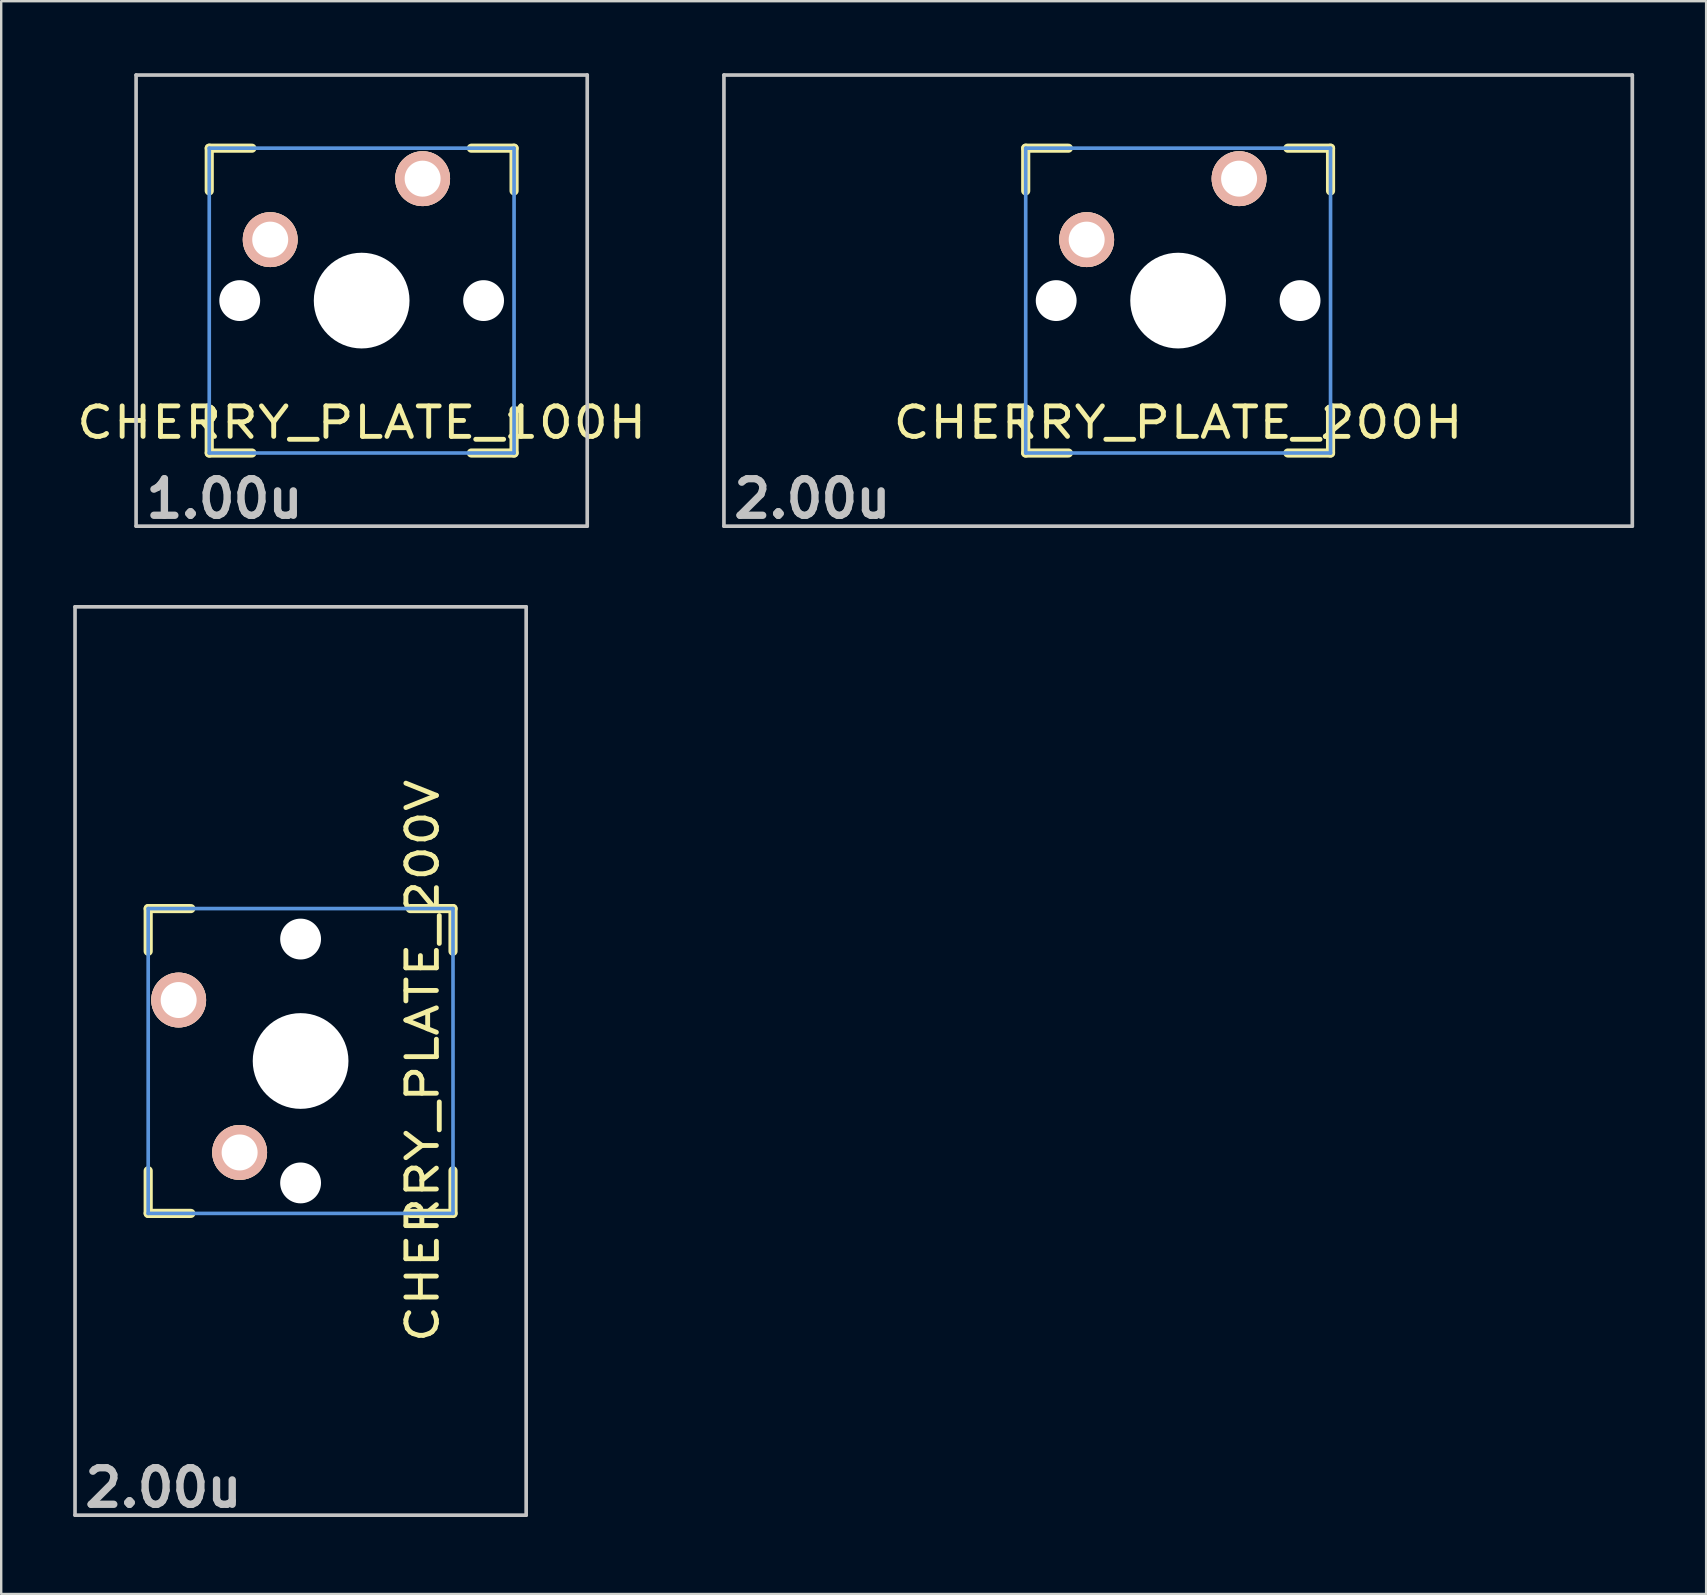
<source format=kicad_pcb>
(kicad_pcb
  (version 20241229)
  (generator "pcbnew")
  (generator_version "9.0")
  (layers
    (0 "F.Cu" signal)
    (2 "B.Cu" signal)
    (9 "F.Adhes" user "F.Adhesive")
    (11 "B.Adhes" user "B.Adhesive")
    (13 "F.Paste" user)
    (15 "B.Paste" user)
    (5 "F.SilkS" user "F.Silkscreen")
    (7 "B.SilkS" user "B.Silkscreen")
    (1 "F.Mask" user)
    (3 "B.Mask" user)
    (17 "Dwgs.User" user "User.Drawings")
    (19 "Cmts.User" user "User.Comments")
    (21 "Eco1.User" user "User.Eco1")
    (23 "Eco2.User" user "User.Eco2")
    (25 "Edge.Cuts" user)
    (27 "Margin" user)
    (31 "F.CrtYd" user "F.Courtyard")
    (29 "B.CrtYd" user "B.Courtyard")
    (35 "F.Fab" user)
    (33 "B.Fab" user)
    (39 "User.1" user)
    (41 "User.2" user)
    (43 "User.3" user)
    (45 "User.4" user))
  (footprint "CHERRY_PLATE_200H"
    (layer "F.Cu")
    (at 46.035 9.474)
    (property "Reference" "CHERRY_PLATE_200H" (at 0 5.08 0) (layer "F.SilkS") (effects (font (size 1.27 1.524) (thickness 0.203))))
    (attr through_hole)
    (fp_line (start -6.35 -6.35) (end -4.572 -6.35) (stroke (width 0.381) (type solid)) (layer "F.SilkS"))
    (fp_line (start -6.35 -4.572) (end -6.35 -6.35) (stroke (width 0.381) (type solid)) (layer "F.SilkS"))
    (fp_line (start -6.35 6.35) (end -6.35 4.572) (stroke (width 0.381) (type solid)) (layer "F.SilkS"))
    (fp_line (start -4.572 6.35) (end -6.35 6.35) (stroke (width 0.381) (type solid)) (layer "F.SilkS"))
    (fp_line (start 4.572 -6.35) (end 6.35 -6.35) (stroke (width 0.381) (type solid)) (layer "F.SilkS"))
    (fp_line (start 6.35 -6.35) (end 6.35 -4.572) (stroke (width 0.381) (type solid)) (layer "F.SilkS"))
    (fp_line (start 6.35 4.572) (end 6.35 6.35) (stroke (width 0.381) (type solid)) (layer "F.SilkS"))
    (fp_line (start 6.35 6.35) (end 4.572 6.35) (stroke (width 0.381) (type solid)) (layer "F.SilkS"))
    (fp_line (start -18.923 -9.398) (end 18.923 -9.398) (stroke (width 0.152) (type solid)) (layer "Dwgs.User"))
    (fp_line (start -18.923 9.398) (end -18.923 -9.398) (stroke (width 0.152) (type solid)) (layer "Dwgs.User"))
    (fp_line (start 18.923 -9.398) (end 18.923 9.398) (stroke (width 0.152) (type solid)) (layer "Dwgs.User"))
    (fp_line (start 18.923 9.398) (end -18.923 9.398) (stroke (width 0.152) (type solid)) (layer "Dwgs.User"))
    (fp_line (start -6.35 -6.35) (end 6.35 -6.35) (stroke (width 0.152) (type solid)) (layer "Cmts.User"))
    (fp_line (start -6.35 6.35) (end -6.35 -6.35) (stroke (width 0.152) (type solid)) (layer "Cmts.User"))
    (fp_line (start 6.35 -6.35) (end 6.35 6.35) (stroke (width 0.152) (type solid)) (layer "Cmts.User"))
    (fp_line (start 6.35 6.35) (end -6.35 6.35) (stroke (width 0.152) (type solid)) (layer "Cmts.User"))
    (fp_text user "2.00u" (at -15.24 8.255 0) (layer "Dwgs.User") (effects (font (size 1.524 1.524) (thickness 0.305))))
    (pad "" np_thru_hole circle (at -5.08 0) (size 1.702 1.702) (drill 1.702) (layers "*.Cu"))
    (pad "" np_thru_hole circle (at 0 0) (size 3.988 3.988) (drill 3.988) (layers "*.Cu"))
    (pad "" np_thru_hole circle (at 5.08 0) (size 1.702 1.702) (drill 1.702) (layers "*.Cu"))
    (pad "1" thru_hole circle (at 2.54 -5.08) (size 2.286 2.286) (drill 1.499) (layers "*.Cu" "*.SilkS" "*.Mask"))
    (pad "2" thru_hole circle (at -3.81 -2.54) (size 2.286 2.286) (drill 1.499) (layers "*.Cu" "*.SilkS" "*.Mask")))
  (footprint "CHERRY_PLATE_200V"
    (layer "F.Cu")
    (at 9.474 41.155)
    (property "Reference" "CHERRY_PLATE_200V" (at 5.08 0 90) (layer "F.SilkS") (effects (font (size 1.27 1.524) (thickness 0.203))))
    (attr through_hole)
    (fp_line (start -6.35 -6.35) (end -4.572 -6.35) (stroke (width 0.381) (type solid)) (layer "F.SilkS"))
    (fp_line (start -6.35 -4.572) (end -6.35 -6.35) (stroke (width 0.381) (type solid)) (layer "F.SilkS"))
    (fp_line (start -6.35 6.35) (end -6.35 4.572) (stroke (width 0.381) (type solid)) (layer "F.SilkS"))
    (fp_line (start -4.572 6.35) (end -6.35 6.35) (stroke (width 0.381) (type solid)) (layer "F.SilkS"))
    (fp_line (start 4.572 -6.35) (end 6.35 -6.35) (stroke (width 0.381) (type solid)) (layer "F.SilkS"))
    (fp_line (start 6.35 -6.35) (end 6.35 -4.572) (stroke (width 0.381) (type solid)) (layer "F.SilkS"))
    (fp_line (start 6.35 4.572) (end 6.35 6.35) (stroke (width 0.381) (type solid)) (layer "F.SilkS"))
    (fp_line (start 6.35 6.35) (end 4.572 6.35) (stroke (width 0.381) (type solid)) (layer "F.SilkS"))
    (fp_line (start -9.398 -18.923) (end 9.398 -18.923) (stroke (width 0.152) (type solid)) (layer "Dwgs.User"))
    (fp_line (start -9.398 18.923) (end -9.398 -18.923) (stroke (width 0.152) (type solid)) (layer "Dwgs.User"))
    (fp_line (start 9.398 -18.923) (end 9.398 18.923) (stroke (width 0.152) (type solid)) (layer "Dwgs.User"))
    (fp_line (start 9.398 18.923) (end -9.398 18.923) (stroke (width 0.152) (type solid)) (layer "Dwgs.User"))
    (fp_line (start -6.35 -6.35) (end 6.35 -6.35) (stroke (width 0.152) (type solid)) (layer "Cmts.User"))
    (fp_line (start -6.35 6.35) (end -6.35 -6.35) (stroke (width 0.152) (type solid)) (layer "Cmts.User"))
    (fp_line (start 6.35 -6.35) (end 6.35 6.35) (stroke (width 0.152) (type solid)) (layer "Cmts.User"))
    (fp_line (start 6.35 6.35) (end -6.35 6.35) (stroke (width 0.152) (type solid)) (layer "Cmts.User"))
    (fp_text user "2.00u" (at -5.715 17.78 0) (layer "Dwgs.User") (effects (font (size 1.524 1.524) (thickness 0.305))))
    (pad "" np_thru_hole circle (at 0 -5.08 90) (size 1.702 1.702) (drill 1.702) (layers "*.Cu"))
    (pad "" np_thru_hole circle (at 0 0 90) (size 3.988 3.988) (drill 3.988) (layers "*.Cu"))
    (pad "" np_thru_hole circle (at 0 5.08 90) (size 1.702 1.702) (drill 1.702) (layers "*.Cu"))
    (pad "1" thru_hole circle (at -5.08 -2.54 90) (size 2.286 2.286) (drill 1.499) (layers "*.Cu" "*.SilkS" "*.Mask"))
    (pad "2" thru_hole circle (at -2.54 3.81 90) (size 2.286 2.286) (drill 1.499) (layers "*.Cu" "*.SilkS" "*.Mask")))
  (footprint "CHERRY_PLATE_100H"
    (layer "F.Cu")
    (at 12.018 9.474)
    (property "Reference" "CHERRY_PLATE_100H" (at 0 5.08 0) (layer "F.SilkS") (effects (font (size 1.27 1.524) (thickness 0.203))))
    (attr through_hole)
    (fp_line (start -6.35 -6.35) (end -4.572 -6.35) (stroke (width 0.381) (type solid)) (layer "F.SilkS"))
    (fp_line (start -6.35 -4.572) (end -6.35 -6.35) (stroke (width 0.381) (type solid)) (layer "F.SilkS"))
    (fp_line (start -6.35 6.35) (end -6.35 4.572) (stroke (width 0.381) (type solid)) (layer "F.SilkS"))
    (fp_line (start -4.572 6.35) (end -6.35 6.35) (stroke (width 0.381) (type solid)) (layer "F.SilkS"))
    (fp_line (start 4.572 -6.35) (end 6.35 -6.35) (stroke (width 0.381) (type solid)) (layer "F.SilkS"))
    (fp_line (start 6.35 -6.35) (end 6.35 -4.572) (stroke (width 0.381) (type solid)) (layer "F.SilkS"))
    (fp_line (start 6.35 4.572) (end 6.35 6.35) (stroke (width 0.381) (type solid)) (layer "F.SilkS"))
    (fp_line (start 6.35 6.35) (end 4.572 6.35) (stroke (width 0.381) (type solid)) (layer "F.SilkS"))
    (fp_line (start -9.398 -9.398) (end 9.398 -9.398) (stroke (width 0.152) (type solid)) (layer "Dwgs.User"))
    (fp_line (start -9.398 9.398) (end -9.398 -9.398) (stroke (width 0.152) (type solid)) (layer "Dwgs.User"))
    (fp_line (start 9.398 -9.398) (end 9.398 9.398) (stroke (width 0.152) (type solid)) (layer "Dwgs.User"))
    (fp_line (start 9.398 9.398) (end -9.398 9.398) (stroke (width 0.152) (type solid)) (layer "Dwgs.User"))
    (fp_line (start -6.35 -6.35) (end 6.35 -6.35) (stroke (width 0.152) (type solid)) (layer "Cmts.User"))
    (fp_line (start -6.35 6.35) (end -6.35 -6.35) (stroke (width 0.152) (type solid)) (layer "Cmts.User"))
    (fp_line (start 6.35 -6.35) (end 6.35 6.35) (stroke (width 0.152) (type solid)) (layer "Cmts.User"))
    (fp_line (start 6.35 6.35) (end -6.35 6.35) (stroke (width 0.152) (type solid)) (layer "Cmts.User"))
    (fp_text user "1.00u" (at -5.715 8.255 0) (layer "Dwgs.User") (effects (font (size 1.524 1.524) (thickness 0.305))))
    (pad "" np_thru_hole circle (at -5.08 0) (size 1.702 1.702) (drill 1.702) (layers "*.Cu"))
    (pad "" np_thru_hole circle (at 0 0) (size 3.988 3.988) (drill 3.988) (layers "*.Cu"))
    (pad "" np_thru_hole circle (at 5.08 0) (size 1.702 1.702) (drill 1.702) (layers "*.Cu"))
    (pad "1" thru_hole circle (at 2.54 -5.08) (size 2.286 2.286) (drill 1.499) (layers "*.Cu" "*.SilkS" "*.Mask"))
    (pad "2" thru_hole circle (at -3.81 -2.54) (size 2.286 2.286) (drill 1.499) (layers "*.Cu" "*.SilkS" "*.Mask")))
  (gr_rect
    (start -3 -3)
    (end 68.034 63.361)
    (stroke (width 0.1) (type default))
    (fill no)
    (layer "Edge.Cuts")))
</source>
